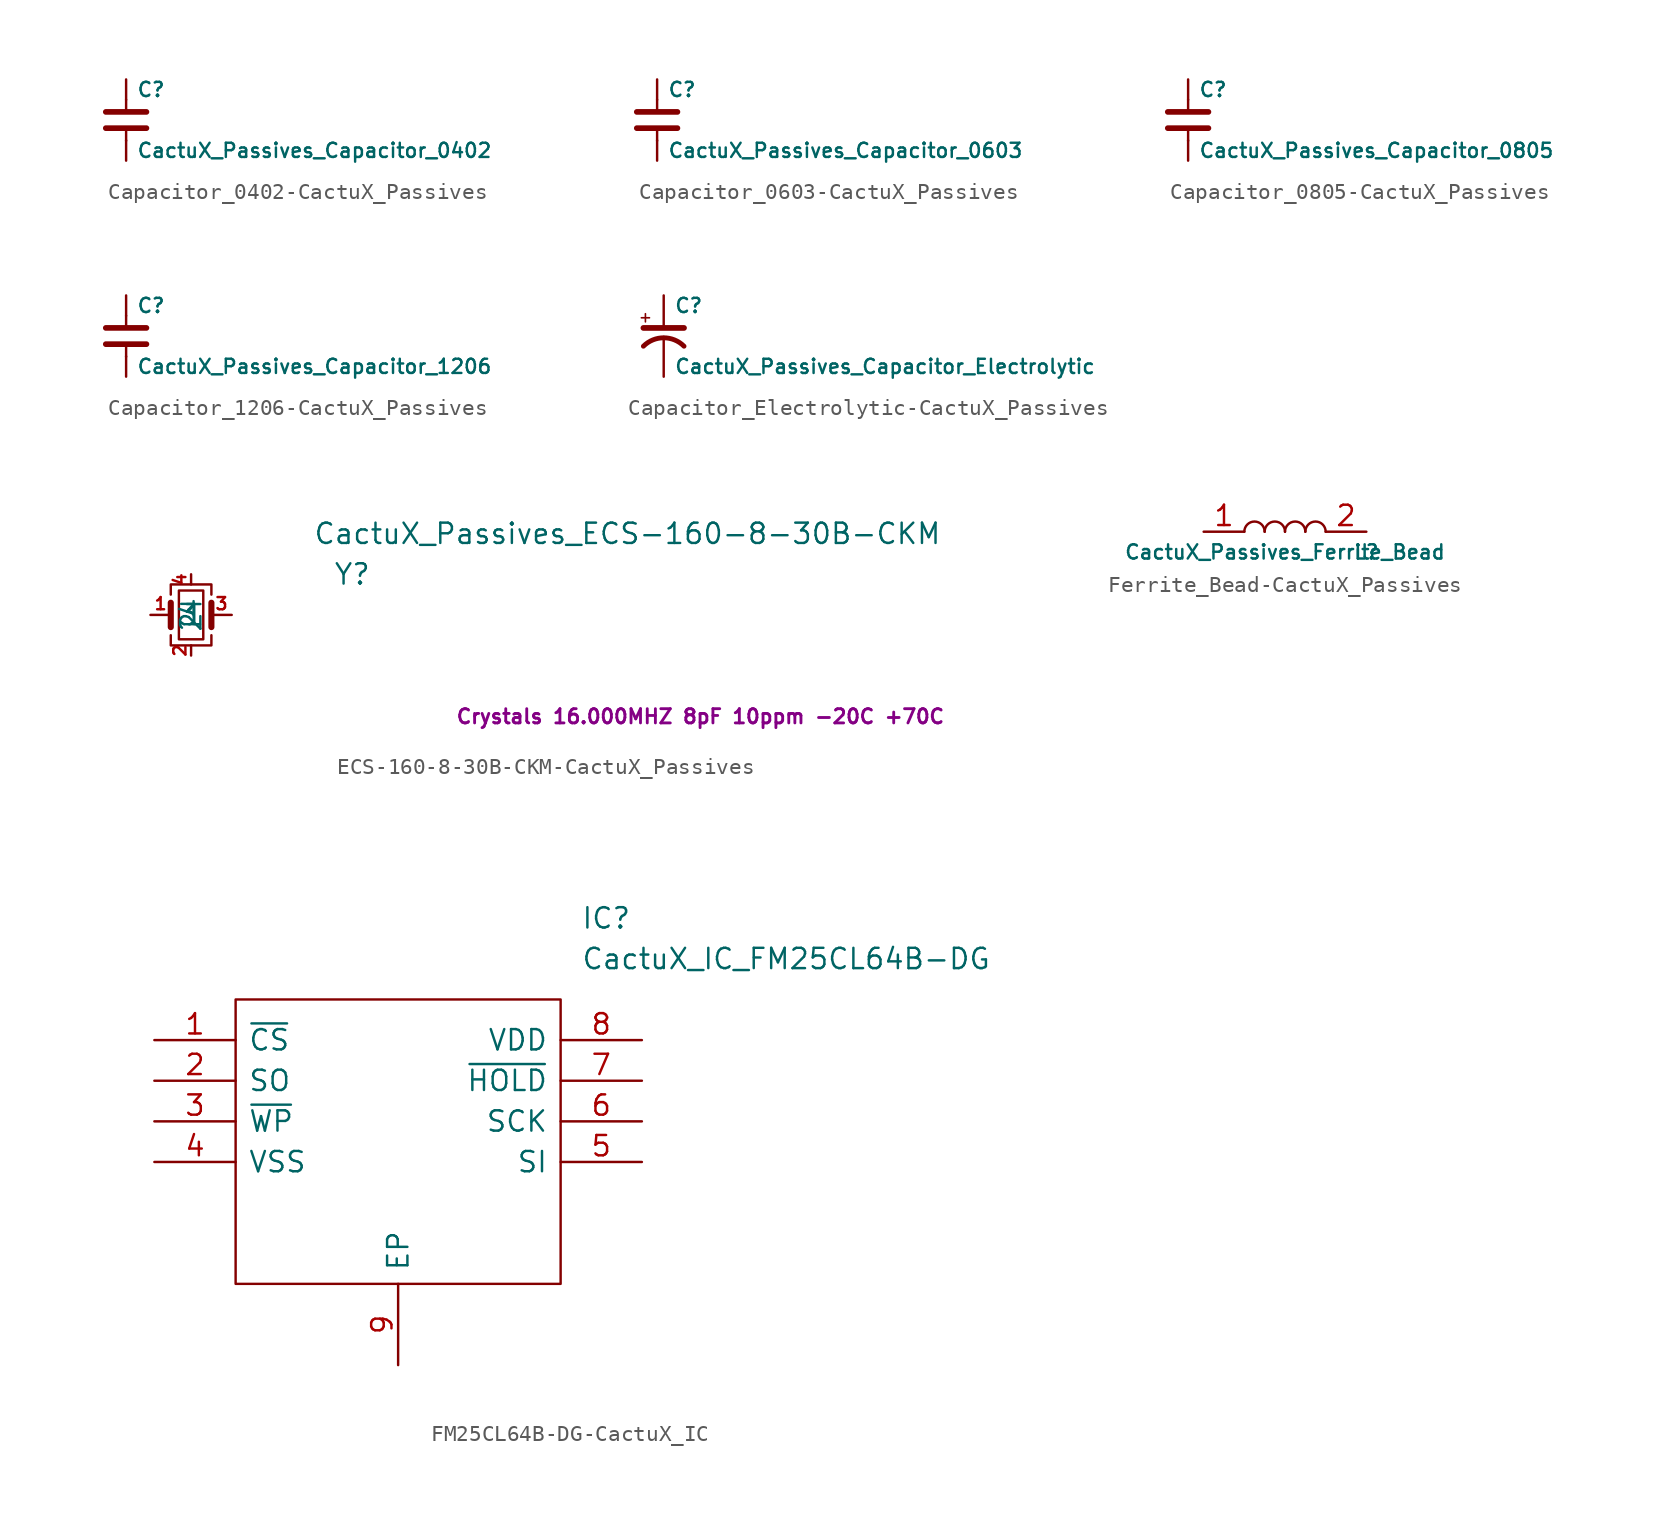
<source format=kicad_sym>
(kicad_symbol_lib
  (version 20220914)
  (generator kicad_symbol_editor)
  (symbol "Capacitor_0402-CactuX_Passives"
    (pin_numbers hide)
    (pin_names
      (offset 0.254))
    (property "Reference" "C"
      (at 0.635 1.905 0)
      (effects (font (size 0.889 0.889)) (justify left)))
    (property "Value" "CactuX_Passives_Capacitor_0402"
      (at 0.635 -1.905 0)
      (effects (font (size 0.889 0.889)) (justify left)))
    (symbol "Capacitor_0402-CactuX_Passives_0_1"
      (polyline (pts (xy -1.27 -0.508) (xy 1.27 -0.508)) (stroke (width 0.356) (type solid)) (fill (type none)))
      (polyline (pts (xy -1.27 0.508) (xy 1.27 0.508)) (stroke (width 0.356) (type solid)) (fill (type none)))
      (polyline (pts (xy 0 -1.295) (xy 0 -0.533)) (stroke (width 0) (type solid)) (fill (type none)))
      (polyline (pts (xy 0 1.27) (xy 0 0.508)) (stroke (width 0) (type solid)) (fill (type none))))
    (symbol "Capacitor_0402-CactuX_Passives_1_1"
      (pin passive line (at 0 2.54 270) (length 1.27) (name "~" (effects (font (size 1.27 1.27)))) (number "1" (effects (font (size 1.27 1.27)))))
      (pin passive line (at 0 -2.54 90) (length 1.27) (name "~" (effects (font (size 1.27 1.27)))) (number "2" (effects (font (size 1.27 1.27)))))))
  (symbol "Capacitor_0603-CactuX_Passives"
    (pin_numbers hide)
    (pin_names
      (offset 0.254))
    (property "Reference" "C"
      (at 0.635 1.905 0)
      (effects (font (size 0.889 0.889)) (justify left)))
    (property "Value" "CactuX_Passives_Capacitor_0603"
      (at 0.635 -1.905 0)
      (effects (font (size 0.889 0.889)) (justify left)))
    (symbol "Capacitor_0603-CactuX_Passives_0_1"
      (polyline (pts (xy -1.27 -0.508) (xy 1.27 -0.508)) (stroke (width 0.356) (type solid)) (fill (type none)))
      (polyline (pts (xy -1.27 0.508) (xy 1.27 0.508)) (stroke (width 0.356) (type solid)) (fill (type none)))
      (polyline (pts (xy 0 -1.295) (xy 0 -0.533)) (stroke (width 0) (type solid)) (fill (type none)))
      (polyline (pts (xy 0 1.27) (xy 0 0.508)) (stroke (width 0) (type solid)) (fill (type none))))
    (symbol "Capacitor_0603-CactuX_Passives_1_1"
      (pin passive line (at 0 2.54 270) (length 1.27) (name "~" (effects (font (size 1.27 1.27)))) (number "1" (effects (font (size 1.27 1.27)))))
      (pin passive line (at 0 -2.54 90) (length 1.27) (name "~" (effects (font (size 1.27 1.27)))) (number "2" (effects (font (size 1.27 1.27)))))))
  (symbol "Capacitor_0805-CactuX_Passives"
    (pin_numbers hide)
    (pin_names
      (offset 0.254))
    (property "Reference" "C"
      (at 0.635 1.905 0)
      (effects (font (size 0.889 0.889)) (justify left)))
    (property "Value" "CactuX_Passives_Capacitor_0805"
      (at 0.635 -1.905 0)
      (effects (font (size 0.889 0.889)) (justify left)))
    (symbol "Capacitor_0805-CactuX_Passives_0_1"
      (polyline (pts (xy -1.27 -0.508) (xy 1.27 -0.508)) (stroke (width 0.356) (type solid)) (fill (type none)))
      (polyline (pts (xy -1.27 0.508) (xy 1.27 0.508)) (stroke (width 0.356) (type solid)) (fill (type none)))
      (polyline (pts (xy 0 -1.295) (xy 0 -0.533)) (stroke (width 0) (type solid)) (fill (type none)))
      (polyline (pts (xy 0 1.27) (xy 0 0.508)) (stroke (width 0) (type solid)) (fill (type none))))
    (symbol "Capacitor_0805-CactuX_Passives_1_1"
      (pin passive line (at 0 2.54 270) (length 1.27) (name "~" (effects (font (size 1.27 1.27)))) (number "1" (effects (font (size 1.27 1.27)))))
      (pin passive line (at 0 -2.54 90) (length 1.27) (name "~" (effects (font (size 1.27 1.27)))) (number "2" (effects (font (size 1.27 1.27)))))))
  (symbol "Capacitor_1206-CactuX_Passives"
    (pin_numbers hide)
    (pin_names
      (offset 0.254))
    (property "Reference" "C"
      (at 0.635 1.905 0)
      (effects (font (size 0.889 0.889)) (justify left)))
    (property "Value" "CactuX_Passives_Capacitor_1206"
      (at 0.635 -1.905 0)
      (effects (font (size 0.889 0.889)) (justify left)))
    (symbol "Capacitor_1206-CactuX_Passives_0_1"
      (polyline (pts (xy -1.27 -0.508) (xy 1.27 -0.508)) (stroke (width 0.356) (type solid)) (fill (type none)))
      (polyline (pts (xy -1.27 0.508) (xy 1.27 0.508)) (stroke (width 0.356) (type solid)) (fill (type none)))
      (polyline (pts (xy 0 -1.295) (xy 0 -0.533)) (stroke (width 0) (type solid)) (fill (type none)))
      (polyline (pts (xy 0 1.27) (xy 0 0.508)) (stroke (width 0) (type solid)) (fill (type none))))
    (symbol "Capacitor_1206-CactuX_Passives_1_1"
      (pin passive line (at 0 2.54 270) (length 1.27) (name "~" (effects (font (size 1.27 1.27)))) (number "1" (effects (font (size 1.27 1.27)))))
      (pin passive line (at 0 -2.54 90) (length 1.27) (name "~" (effects (font (size 1.27 1.27)))) (number "2" (effects (font (size 1.27 1.27)))))))
  (symbol "Capacitor_Electrolytic-CactuX_Passives"
    (pin_numbers hide)
    (pin_names
      (offset 0.254))
    (property "Reference" "C"
      (at 0.635 1.905 0)
      (effects (font (size 0.889 0.889)) (justify left)))
    (property "Value" "CactuX_Passives_Capacitor_Electrolytic"
      (at 0.635 -1.905 0)
      (effects (font (size 0.889 0.889)) (justify left)))
    (symbol "Capacitor_Electrolytic-CactuX_Passives_0_1"
      (polyline (pts (xy -1.397 1.143) (xy -0.889 1.143)) (stroke (width 0.102) (type solid)) (fill (type none)))
      (polyline (pts (xy -1.27 0.508) (xy 1.27 0.508)) (stroke (width 0.356) (type solid)) (fill (type none)))
      (polyline (pts (xy -1.143 1.397) (xy -1.143 0.889)) (stroke (width 0.102) (type solid)) (fill (type none)))
      (arc (start 1.27 -0.635) (mid 0 -0.1089) (end -1.27 -0.635) (stroke (width 0.3048) (type solid)) (fill (type none))))
    (symbol "Capacitor_Electrolytic-CactuX_Passives_1_1"
      (pin passive line (at 0 2.54 270) (length 2.007) (name "~" (effects (font (size 1.27 1.27)))) (number "1" (effects (font (size 1.27 1.27)))))
      (pin passive line (at 0 -2.54 90) (length 2.489) (name "~" (effects (font (size 1.27 1.27)))) (number "2" (effects (font (size 1.27 1.27)))))))
  (symbol "ECS-160-8-30B-CKM-CactuX_Passives"
    (pin_names
      (offset 0.762))
    (property "Reference" "Y"
      (at 8.89 2.54 0)
      (effects (font (size 1.27 1.27)) (justify left)))
    (property "Value" "CactuX_Passives_ECS-160-8-30B-CKM"
      (at 7.62 5.08 0)
      (effects (font (size 1.27 1.27)) (justify left)))
    (property "Description" "Crystals 16.000MHZ 8pF 10ppm -20C +70C"
      (at 16.51 -6.35 0)
      (effects (font (size 0.889 0.889) bold) (justify left)))
    (symbol "ECS-160-8-30B-CKM-CactuX_Passives_1_1"
      (rectangle (start -0.762 -1.524) (end 0.762 1.524) (stroke (width 0) (type solid)) (fill (type none)))
      (polyline (pts (xy -1.27 -0.762) (xy -1.27 0.762)) (stroke (width 0.381) (type solid)) (fill (type none)))
      (polyline (pts (xy 1.27 -0.762) (xy 1.27 0.762)) (stroke (width 0.381) (type solid)) (fill (type none)))
      (polyline (pts (xy -1.27 -1.27) (xy -1.27 -1.905) (xy 1.27 -1.905) (xy 1.27 -1.27)) (stroke (width 0) (type solid)) (fill (type none)))
      (polyline (pts (xy -1.27 1.27) (xy -1.27 1.905) (xy 1.27 1.905) (xy 1.27 1.27)) (stroke (width 0) (type solid)) (fill (type none)))
      (pin passive line (at -2.54 0 0) (length 1.27) (name "1" (effects (font (size 1.27 1.27)))) (number "1" (effects (font (size 0.762 0.762)))))
      (pin passive line (at 0 -2.54 90) (length 0.635) (name "2" (effects (font (size 1.27 1.27)))) (number "2" (effects (font (size 0.762 0.762)))))
      (pin passive line (at 2.54 0 180) (length 1.27) (name "3" (effects (font (size 1.27 1.27)))) (number "3" (effects (font (size 0.762 0.762)))))
      (pin passive line (at 0 2.54 270) (length 0.635) (name "4" (effects (font (size 1.27 1.27)))) (number "4" (effects (font (size 0.762 0.762)))))))
  (symbol "Ferrite_Bead-CactuX_Passives"
    (pin_names
      (offset 1.016))
    (property "Reference" "L"
      (at 5.08 -1.27 0)
      (effects (font (size 0.889 0.889))))
    (property "Value" "CactuX_Passives_Ferrite_Bead"
      (at 0 -1.27 0)
      (effects (font (size 0.889 0.889))))
    (symbol "Ferrite_Bead-CactuX_Passives_0_1"
      (arc (start -1.27 0) (mid -1.905 0.6323) (end -2.54 0) (stroke (width 0) (type solid)) (fill (type none)))
      (arc (start 0 0) (mid -0.635 0.6323) (end -1.27 0) (stroke (width 0) (type solid)) (fill (type none)))
      (arc (start 1.27 0) (mid 0.635 0.6323) (end 0 0) (stroke (width 0) (type solid)) (fill (type none)))
      (arc (start 2.54 0) (mid 1.905 0.6323) (end 1.27 0) (stroke (width 0) (type solid)) (fill (type none))))
    (symbol "Ferrite_Bead-CactuX_Passives_1_1"
      (pin passive line (at -5.08 0 0) (length 2.54) (name "~" (effects (font (size 1.27 1.27)))) (number "1" (effects (font (size 1.27 1.27)))))
      (pin passive line (at 5.08 0 180) (length 2.54) (name "~" (effects (font (size 1.27 1.27)))) (number "2" (effects (font (size 1.27 1.27)))))))
  (symbol "FM25CL64B-DG-CactuX_IC"
    (pin_names
      (offset 0.762))
    (property "Reference" "IC"
      (at 26.67 7.62 0)
      (effects (font (size 1.27 1.27)) (justify left)))
    (property "Value" "CactuX_IC_FM25CL64B-DG"
      (at 26.67 5.08 0)
      (effects (font (size 1.27 1.27)) (justify left)))
    (symbol "FM25CL64B-DG-CactuX_IC_0_0"
      (pin passive line (at 0 0 0) (length 5.08) (name "~{CS}" (effects (font (size 1.27 1.27)))) (number "1" (effects (font (size 1.27 1.27)))))
      (pin passive line (at 0 -2.54 0) (length 5.08) (name "SO" (effects (font (size 1.27 1.27)))) (number "2" (effects (font (size 1.27 1.27)))))
      (pin passive line (at 0 -5.08 0) (length 5.08) (name "~{WP}" (effects (font (size 1.27 1.27)))) (number "3" (effects (font (size 1.27 1.27)))))
      (pin passive line (at 0 -7.62 0) (length 5.08) (name "VSS" (effects (font (size 1.27 1.27)))) (number "4" (effects (font (size 1.27 1.27)))))
      (pin passive line (at 30.48 -7.62 180) (length 5.08) (name "SI" (effects (font (size 1.27 1.27)))) (number "5" (effects (font (size 1.27 1.27)))))
      (pin passive line (at 30.48 -5.08 180) (length 5.08) (name "SCK" (effects (font (size 1.27 1.27)))) (number "6" (effects (font (size 1.27 1.27)))))
      (pin passive line (at 30.48 -2.54 180) (length 5.08) (name "~{HOLD}" (effects (font (size 1.27 1.27)))) (number "7" (effects (font (size 1.27 1.27)))))
      (pin passive line (at 30.48 0 180) (length 5.08) (name "VDD" (effects (font (size 1.27 1.27)))) (number "8" (effects (font (size 1.27 1.27)))))
      (pin passive line (at 15.24 -20.32 90) (length 5.08) (name "EP" (effects (font (size 1.27 1.27)))) (number "9" (effects (font (size 1.27 1.27))))))
    (symbol "FM25CL64B-DG-CactuX_IC_0_1"
      (polyline (pts (xy 5.08 2.54) (xy 25.4 2.54) (xy 25.4 -15.24) (xy 5.08 -15.24) (xy 5.08 2.54)) (stroke (width 0.152) (type solid)) (fill (type none))))))
</source>
